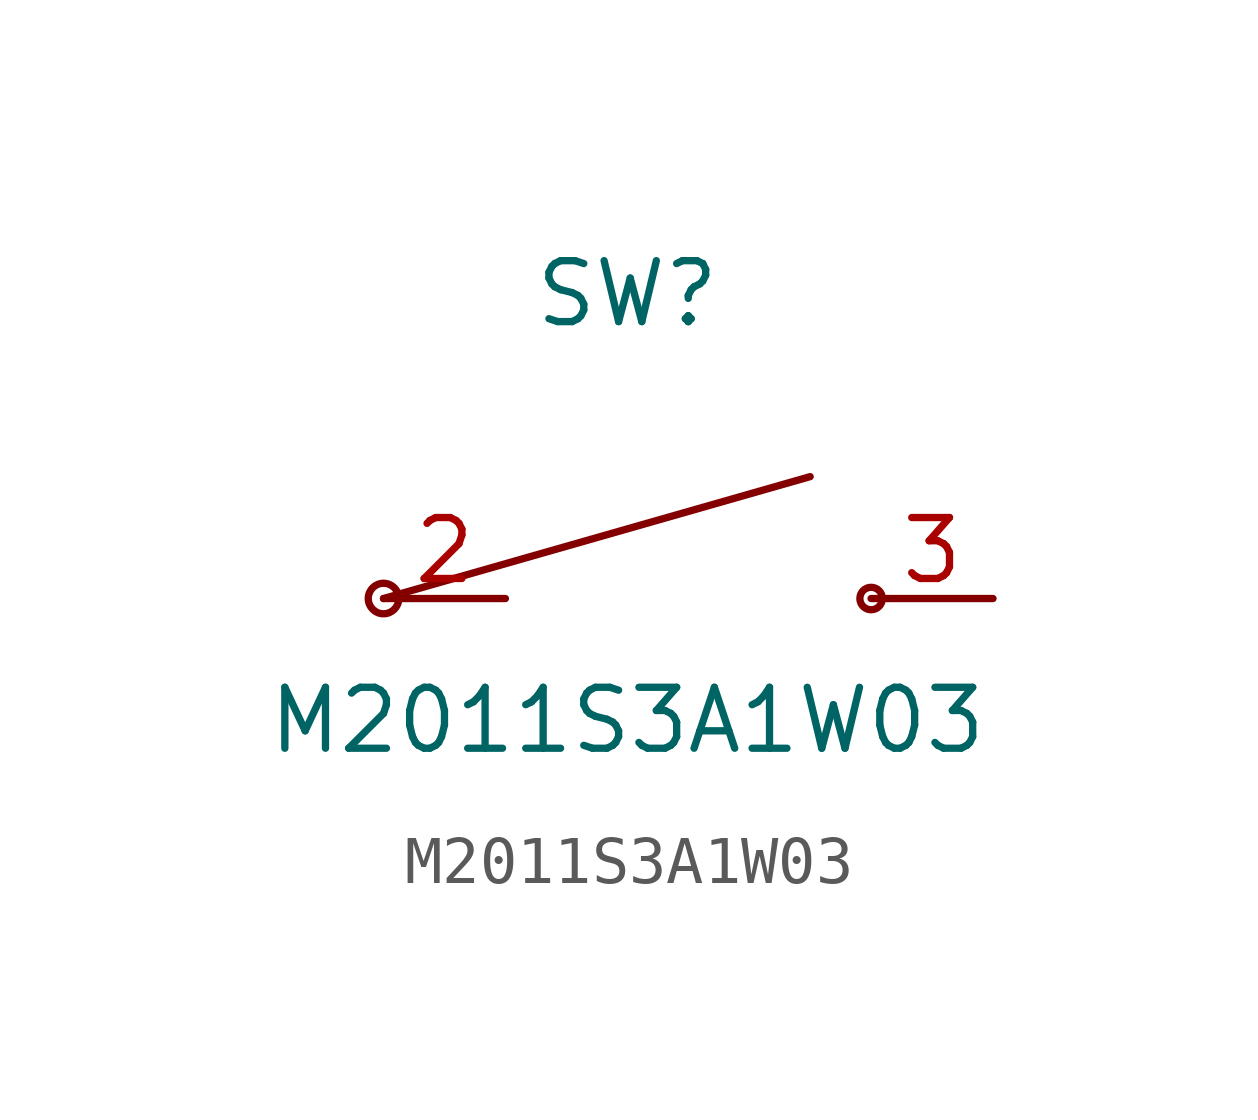
<source format=kicad_sym>
(kicad_symbol_lib
  (version 20220914)
  (generator kicad_symbol_editor)
  (symbol "M2011S3A1W03"
    (pin_names hide)
    (property "Reference" "SW"
      (at 0 6.35 0)
      (effects (font (size 1.27 1.27))))
    (property "Value" "M2011S3A1W03"
      (at 0 -2.54 0)
      (effects (font (size 1.27 1.27))))
    (symbol "M2011S3A1W03_0_1"
      (circle (center -5.08 0) (radius 0.318) (stroke (width 0) (type default)) (fill (type none)))
      (polyline (pts (xy -5.08 0) (xy 3.81 2.54)) (stroke (width 0) (type default)) (fill (type none)))
      (circle (center 5.08 0) (radius 0.234) (stroke (width 0) (type default)) (fill (type none))))
    (symbol "M2011S3A1W03_1_1"
      (pin passive line (at -5.08 0 0) (length 2.54) (name "A" (effects (font (size 1.27 1.27)))) (number "2" (effects (font (size 1.27 1.27)))))
      (pin passive line (at 5.08 0 0) (length 2.54) (name "B" (effects (font (size 1.27 1.27)))) (number "3" (effects (font (size 1.27 1.27))))))))
</source>
